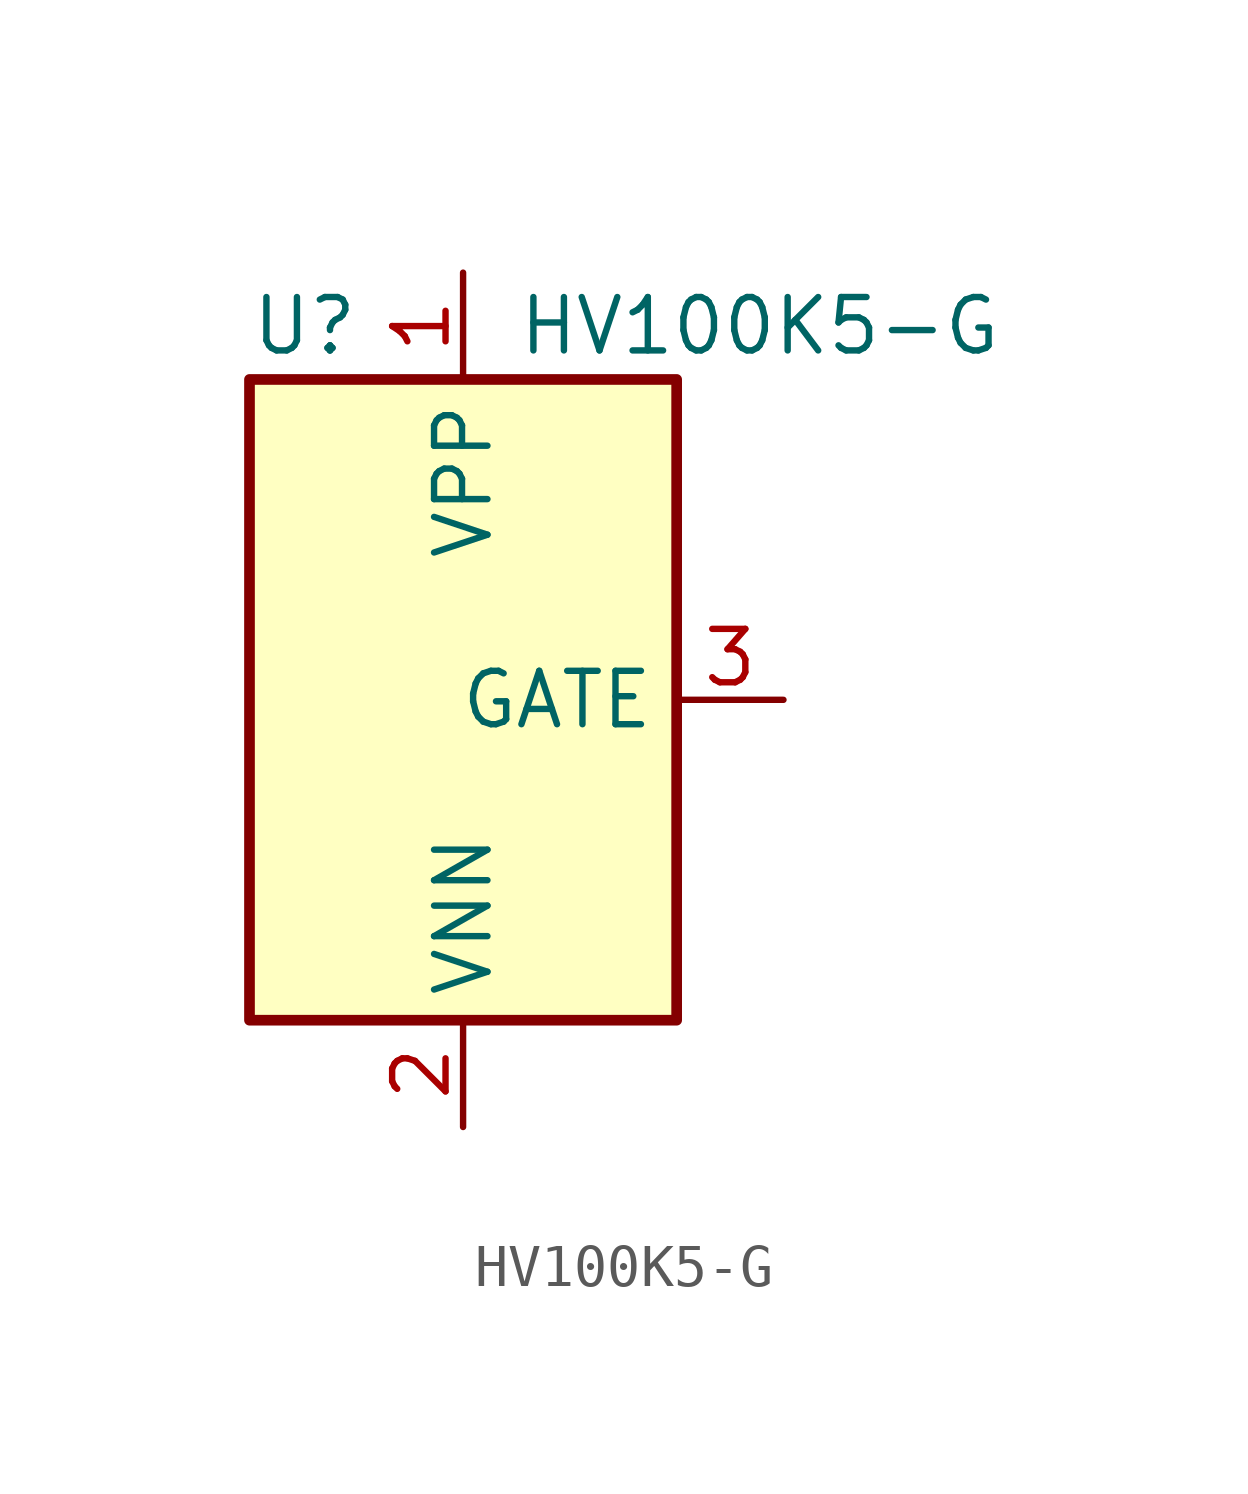
<source format=kicad_sym>
(kicad_symbol_lib
  (version 20231120)
  (generator "kicad_symbol_editor")
  (generator_version "8.0")
  (symbol "HV100K5-G"
    (property "Reference" "U"
      (at -5.08 8.89 0)
      (effects (font (size 1.27 1.27)) (justify left)))
    (property "Value" "HV100K5-G"
      (at 1.27 8.89 0)
      (effects (font (size 1.27 1.27)) (justify left)))
    (symbol "HV100K5-G_0_1"
      (rectangle (start -5.08 7.62) (end 5.08 -7.62) (stroke (width 0.254) (type default)) (fill (type background))))
    (symbol "HV100K5-G_1_1"
      (pin power_in line (at 0 10.16 270) (length 2.54) (name "VPP" (effects (font (size 1.27 1.27)))) (number "1" (effects (font (size 1.27 1.27)))))
      (pin power_in line (at 0 -10.16 90) (length 2.54) (name "VNN" (effects (font (size 1.27 1.27)))) (number "2" (effects (font (size 1.27 1.27)))))
      (pin output line (at 7.62 0 180) (length 2.54) (name "GATE" (effects (font (size 1.27 1.27)))) (number "3" (effects (font (size 1.27 1.27))))))))
</source>
